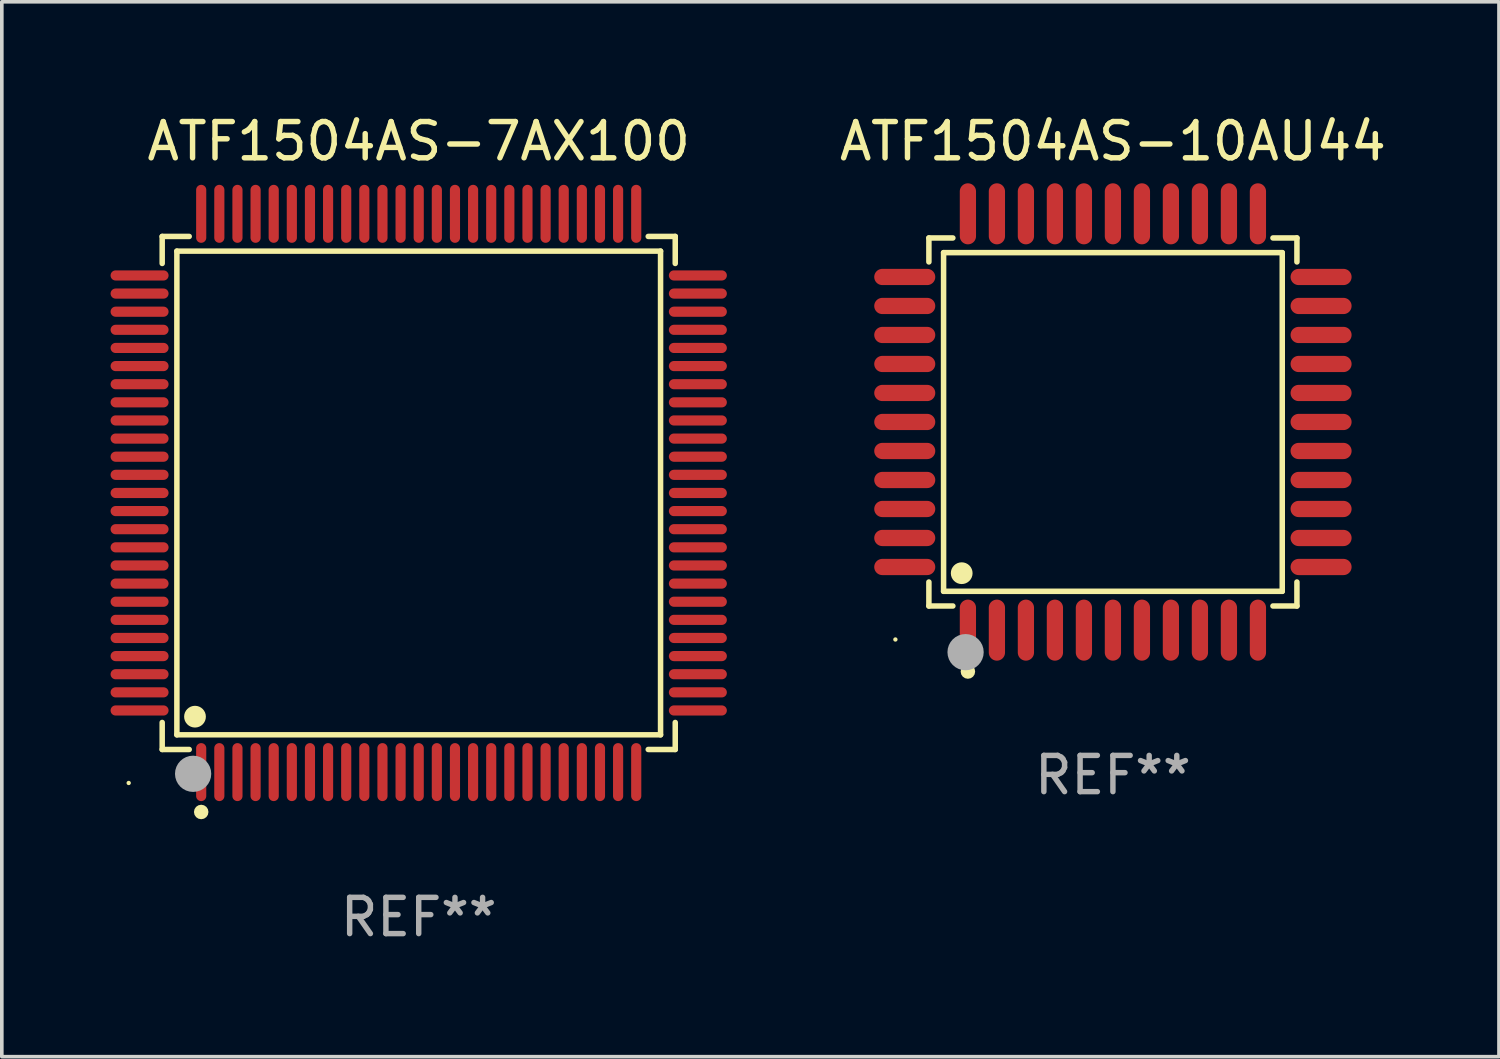
<source format=kicad_pcb>
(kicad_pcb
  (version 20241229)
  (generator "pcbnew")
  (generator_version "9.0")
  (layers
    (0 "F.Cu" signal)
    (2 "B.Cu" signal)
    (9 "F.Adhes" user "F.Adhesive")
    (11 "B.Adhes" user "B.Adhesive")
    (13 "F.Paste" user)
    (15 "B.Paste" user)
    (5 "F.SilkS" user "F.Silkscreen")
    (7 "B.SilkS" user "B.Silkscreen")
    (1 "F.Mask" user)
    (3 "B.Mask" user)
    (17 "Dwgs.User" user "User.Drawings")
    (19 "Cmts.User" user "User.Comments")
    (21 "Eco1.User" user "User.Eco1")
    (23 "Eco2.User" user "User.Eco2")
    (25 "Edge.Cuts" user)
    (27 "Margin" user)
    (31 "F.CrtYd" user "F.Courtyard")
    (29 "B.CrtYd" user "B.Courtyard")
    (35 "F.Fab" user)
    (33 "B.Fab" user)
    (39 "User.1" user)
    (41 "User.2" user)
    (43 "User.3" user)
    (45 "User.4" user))
  (footprint "ATF1504AS-7AX100"
    (layer "F.Cu")
    (at 8.5 10.548)
    (property "Reference" "ATF1504AS-7AX100" (at 0 -9.7 0) (layer "F.SilkS") (effects (font (size 1 1) (thickness 0.15))))
    (attr through_hole)
    (fp_line (start -7.076 -7.076) (end -6.331 -7.076) (stroke (width 0.152) (type solid)) (layer "F.SilkS"))
    (fp_line (start -7.076 -6.331) (end -7.076 -7.076) (stroke (width 0.152) (type solid)) (layer "F.SilkS"))
    (fp_line (start -7.076 6.331) (end -7.076 7.076) (stroke (width 0.152) (type solid)) (layer "F.SilkS"))
    (fp_line (start -7.076 7.076) (end -6.331 7.076) (stroke (width 0.152) (type solid)) (layer "F.SilkS"))
    (fp_line (start -6.671 -6.671) (end 6.671 -6.671) (stroke (width 0.152) (type solid)) (layer "F.SilkS"))
    (fp_line (start -6.671 6.671) (end -6.671 -6.671) (stroke (width 0.152) (type solid)) (layer "F.SilkS"))
    (fp_line (start 6.671 -6.671) (end 6.671 6.671) (stroke (width 0.152) (type solid)) (layer "F.SilkS"))
    (fp_line (start 6.671 6.671) (end -6.671 6.671) (stroke (width 0.152) (type solid)) (layer "F.SilkS"))
    (fp_line (start 7.076 -7.076) (end 6.331 -7.076) (stroke (width 0.152) (type solid)) (layer "F.SilkS"))
    (fp_line (start 7.076 -6.331) (end 7.076 -7.076) (stroke (width 0.152) (type solid)) (layer "F.SilkS"))
    (fp_line (start 7.076 6.331) (end 7.076 7.076) (stroke (width 0.152) (type solid)) (layer "F.SilkS"))
    (fp_line (start 7.076 7.076) (end 6.331 7.076) (stroke (width 0.152) (type solid)) (layer "F.SilkS"))
    (fp_circle (center -8 8) (end -7.97 8) (stroke (width 0.06) (type solid)) (fill no) (layer "F.SilkS"))
    (fp_circle (center -6.171 6.171) (end -6.021 6.171) (stroke (width 0.3) (type solid)) (fill no) (layer "F.SilkS"))
    (fp_circle (center -6 8.8) (end -5.9 8.8) (stroke (width 0.2) (type solid)) (fill no) (layer "F.SilkS"))
    (fp_circle (center -6.223 7.747) (end -5.973 7.747) (stroke (width 0.5) (type solid)) (fill no) (layer "F.Fab"))
    (fp_text user "REF**" (at 0 11.7 0) (layer "F.Fab") (effects (font (size 1 1) (thickness 0.15))))
    (pad "1" smd oval (at -6 7.7) (size 0.28 1.6) (layers "F.Cu" "F.Mask" "F.Paste"))
    (pad "2" smd oval (at -5.5 7.7) (size 0.28 1.6) (layers "F.Cu" "F.Mask" "F.Paste"))
    (pad "3" smd oval (at -5 7.7) (size 0.28 1.6) (layers "F.Cu" "F.Mask" "F.Paste"))
    (pad "4" smd oval (at -4.5 7.7) (size 0.28 1.6) (layers "F.Cu" "F.Mask" "F.Paste"))
    (pad "5" smd oval (at -4 7.7) (size 0.28 1.6) (layers "F.Cu" "F.Mask" "F.Paste"))
    (pad "6" smd oval (at -3.5 7.7) (size 0.28 1.6) (layers "F.Cu" "F.Mask" "F.Paste"))
    (pad "7" smd oval (at -3 7.7) (size 0.28 1.6) (layers "F.Cu" "F.Mask" "F.Paste"))
    (pad "8" smd oval (at -2.5 7.7) (size 0.28 1.6) (layers "F.Cu" "F.Mask" "F.Paste"))
    (pad "9" smd oval (at -2 7.7) (size 0.28 1.6) (layers "F.Cu" "F.Mask" "F.Paste"))
    (pad "10" smd oval (at -1.5 7.7) (size 0.28 1.6) (layers "F.Cu" "F.Mask" "F.Paste"))
    (pad "11" smd oval (at -1 7.7) (size 0.28 1.6) (layers "F.Cu" "F.Mask" "F.Paste"))
    (pad "12" smd oval (at -0.5 7.7) (size 0.28 1.6) (layers "F.Cu" "F.Mask" "F.Paste"))
    (pad "13" smd oval (at 0 7.7) (size 0.28 1.6) (layers "F.Cu" "F.Mask" "F.Paste"))
    (pad "14" smd oval (at 0.5 7.7) (size 0.28 1.6) (layers "F.Cu" "F.Mask" "F.Paste"))
    (pad "15" smd oval (at 1 7.7) (size 0.28 1.6) (layers "F.Cu" "F.Mask" "F.Paste"))
    (pad "16" smd oval (at 1.5 7.7) (size 0.28 1.6) (layers "F.Cu" "F.Mask" "F.Paste"))
    (pad "17" smd oval (at 2 7.7) (size 0.28 1.6) (layers "F.Cu" "F.Mask" "F.Paste"))
    (pad "18" smd oval (at 2.5 7.7) (size 0.28 1.6) (layers "F.Cu" "F.Mask" "F.Paste"))
    (pad "19" smd oval (at 3 7.7) (size 0.28 1.6) (layers "F.Cu" "F.Mask" "F.Paste"))
    (pad "20" smd oval (at 3.5 7.7) (size 0.28 1.6) (layers "F.Cu" "F.Mask" "F.Paste"))
    (pad "21" smd oval (at 4 7.7) (size 0.28 1.6) (layers "F.Cu" "F.Mask" "F.Paste"))
    (pad "22" smd oval (at 4.5 7.7) (size 0.28 1.6) (layers "F.Cu" "F.Mask" "F.Paste"))
    (pad "23" smd oval (at 5 7.7) (size 0.28 1.6) (layers "F.Cu" "F.Mask" "F.Paste"))
    (pad "24" smd oval (at 5.5 7.7) (size 0.28 1.6) (layers "F.Cu" "F.Mask" "F.Paste"))
    (pad "25" smd oval (at 6 7.7) (size 0.28 1.6) (layers "F.Cu" "F.Mask" "F.Paste"))
    (pad "26" smd oval (at 7.7 6) (size 1.6 0.28) (layers "F.Cu" "F.Mask" "F.Paste"))
    (pad "27" smd oval (at 7.7 5.5) (size 1.6 0.28) (layers "F.Cu" "F.Mask" "F.Paste"))
    (pad "28" smd oval (at 7.7 5) (size 1.6 0.28) (layers "F.Cu" "F.Mask" "F.Paste"))
    (pad "29" smd oval (at 7.7 4.5) (size 1.6 0.28) (layers "F.Cu" "F.Mask" "F.Paste"))
    (pad "30" smd oval (at 7.7 4) (size 1.6 0.28) (layers "F.Cu" "F.Mask" "F.Paste"))
    (pad "31" smd oval (at 7.7 3.5) (size 1.6 0.28) (layers "F.Cu" "F.Mask" "F.Paste"))
    (pad "32" smd oval (at 7.7 3) (size 1.6 0.28) (layers "F.Cu" "F.Mask" "F.Paste"))
    (pad "33" smd oval (at 7.7 2.5) (size 1.6 0.28) (layers "F.Cu" "F.Mask" "F.Paste"))
    (pad "34" smd oval (at 7.7 2) (size 1.6 0.28) (layers "F.Cu" "F.Mask" "F.Paste"))
    (pad "35" smd oval (at 7.7 1.5) (size 1.6 0.28) (layers "F.Cu" "F.Mask" "F.Paste"))
    (pad "36" smd oval (at 7.7 1) (size 1.6 0.28) (layers "F.Cu" "F.Mask" "F.Paste"))
    (pad "37" smd oval (at 7.7 0.5) (size 1.6 0.28) (layers "F.Cu" "F.Mask" "F.Paste"))
    (pad "38" smd oval (at 7.7 0) (size 1.6 0.28) (layers "F.Cu" "F.Mask" "F.Paste"))
    (pad "39" smd oval (at 7.7 -0.5) (size 1.6 0.28) (layers "F.Cu" "F.Mask" "F.Paste"))
    (pad "40" smd oval (at 7.7 -1) (size 1.6 0.28) (layers "F.Cu" "F.Mask" "F.Paste"))
    (pad "41" smd oval (at 7.7 -1.5) (size 1.6 0.28) (layers "F.Cu" "F.Mask" "F.Paste"))
    (pad "42" smd oval (at 7.7 -2) (size 1.6 0.28) (layers "F.Cu" "F.Mask" "F.Paste"))
    (pad "43" smd oval (at 7.7 -2.5) (size 1.6 0.28) (layers "F.Cu" "F.Mask" "F.Paste"))
    (pad "44" smd oval (at 7.7 -3) (size 1.6 0.28) (layers "F.Cu" "F.Mask" "F.Paste"))
    (pad "45" smd oval (at 7.7 -3.5) (size 1.6 0.28) (layers "F.Cu" "F.Mask" "F.Paste"))
    (pad "46" smd oval (at 7.7 -4) (size 1.6 0.28) (layers "F.Cu" "F.Mask" "F.Paste"))
    (pad "47" smd oval (at 7.7 -4.5) (size 1.6 0.28) (layers "F.Cu" "F.Mask" "F.Paste"))
    (pad "48" smd oval (at 7.7 -5) (size 1.6 0.28) (layers "F.Cu" "F.Mask" "F.Paste"))
    (pad "49" smd oval (at 7.7 -5.5) (size 1.6 0.28) (layers "F.Cu" "F.Mask" "F.Paste"))
    (pad "50" smd oval (at 7.7 -6) (size 1.6 0.28) (layers "F.Cu" "F.Mask" "F.Paste"))
    (pad "51" smd oval (at 6 -7.7) (size 0.28 1.6) (layers "F.Cu" "F.Mask" "F.Paste"))
    (pad "52" smd oval (at 5.5 -7.7) (size 0.28 1.6) (layers "F.Cu" "F.Mask" "F.Paste"))
    (pad "53" smd oval (at 5 -7.7) (size 0.28 1.6) (layers "F.Cu" "F.Mask" "F.Paste"))
    (pad "54" smd oval (at 4.5 -7.7) (size 0.28 1.6) (layers "F.Cu" "F.Mask" "F.Paste"))
    (pad "55" smd oval (at 4 -7.7) (size 0.28 1.6) (layers "F.Cu" "F.Mask" "F.Paste"))
    (pad "56" smd oval (at 3.5 -7.7) (size 0.28 1.6) (layers "F.Cu" "F.Mask" "F.Paste"))
    (pad "57" smd oval (at 3 -7.7) (size 0.28 1.6) (layers "F.Cu" "F.Mask" "F.Paste"))
    (pad "58" smd oval (at 2.5 -7.7) (size 0.28 1.6) (layers "F.Cu" "F.Mask" "F.Paste"))
    (pad "59" smd oval (at 2 -7.7) (size 0.28 1.6) (layers "F.Cu" "F.Mask" "F.Paste"))
    (pad "60" smd oval (at 1.5 -7.7) (size 0.28 1.6) (layers "F.Cu" "F.Mask" "F.Paste"))
    (pad "61" smd oval (at 1 -7.7) (size 0.28 1.6) (layers "F.Cu" "F.Mask" "F.Paste"))
    (pad "62" smd oval (at 0.5 -7.7) (size 0.28 1.6) (layers "F.Cu" "F.Mask" "F.Paste"))
    (pad "63" smd oval (at 0 -7.7) (size 0.28 1.6) (layers "F.Cu" "F.Mask" "F.Paste"))
    (pad "64" smd oval (at -0.5 -7.7) (size 0.28 1.6) (layers "F.Cu" "F.Mask" "F.Paste"))
    (pad "65" smd oval (at -1 -7.7) (size 0.28 1.6) (layers "F.Cu" "F.Mask" "F.Paste"))
    (pad "66" smd oval (at -1.5 -7.7) (size 0.28 1.6) (layers "F.Cu" "F.Mask" "F.Paste"))
    (pad "67" smd oval (at -2 -7.7) (size 0.28 1.6) (layers "F.Cu" "F.Mask" "F.Paste"))
    (pad "68" smd oval (at -2.5 -7.7) (size 0.28 1.6) (layers "F.Cu" "F.Mask" "F.Paste"))
    (pad "69" smd oval (at -3 -7.7) (size 0.28 1.6) (layers "F.Cu" "F.Mask" "F.Paste"))
    (pad "70" smd oval (at -3.5 -7.7) (size 0.28 1.6) (layers "F.Cu" "F.Mask" "F.Paste"))
    (pad "71" smd oval (at -4 -7.7) (size 0.28 1.6) (layers "F.Cu" "F.Mask" "F.Paste"))
    (pad "72" smd oval (at -4.5 -7.7) (size 0.28 1.6) (layers "F.Cu" "F.Mask" "F.Paste"))
    (pad "73" smd oval (at -5 -7.7) (size 0.28 1.6) (layers "F.Cu" "F.Mask" "F.Paste"))
    (pad "74" smd oval (at -5.5 -7.7) (size 0.28 1.6) (layers "F.Cu" "F.Mask" "F.Paste"))
    (pad "75" smd oval (at -6 -7.7) (size 0.28 1.6) (layers "F.Cu" "F.Mask" "F.Paste"))
    (pad "76" smd oval (at -7.7 -6) (size 1.6 0.28) (layers "F.Cu" "F.Mask" "F.Paste"))
    (pad "77" smd oval (at -7.7 -5.5) (size 1.6 0.28) (layers "F.Cu" "F.Mask" "F.Paste"))
    (pad "78" smd oval (at -7.7 -5) (size 1.6 0.28) (layers "F.Cu" "F.Mask" "F.Paste"))
    (pad "79" smd oval (at -7.7 -4.5) (size 1.6 0.28) (layers "F.Cu" "F.Mask" "F.Paste"))
    (pad "80" smd oval (at -7.7 -4) (size 1.6 0.28) (layers "F.Cu" "F.Mask" "F.Paste"))
    (pad "81" smd oval (at -7.7 -3.5) (size 1.6 0.28) (layers "F.Cu" "F.Mask" "F.Paste"))
    (pad "82" smd oval (at -7.7 -3) (size 1.6 0.28) (layers "F.Cu" "F.Mask" "F.Paste"))
    (pad "83" smd oval (at -7.7 -2.5) (size 1.6 0.28) (layers "F.Cu" "F.Mask" "F.Paste"))
    (pad "84" smd oval (at -7.7 -2) (size 1.6 0.28) (layers "F.Cu" "F.Mask" "F.Paste"))
    (pad "85" smd oval (at -7.7 -1.5) (size 1.6 0.28) (layers "F.Cu" "F.Mask" "F.Paste"))
    (pad "86" smd oval (at -7.7 -1) (size 1.6 0.28) (layers "F.Cu" "F.Mask" "F.Paste"))
    (pad "87" smd oval (at -7.7 -0.5) (size 1.6 0.28) (layers "F.Cu" "F.Mask" "F.Paste"))
    (pad "88" smd oval (at -7.7 0) (size 1.6 0.28) (layers "F.Cu" "F.Mask" "F.Paste"))
    (pad "89" smd oval (at -7.7 0.5) (size 1.6 0.28) (layers "F.Cu" "F.Mask" "F.Paste"))
    (pad "90" smd oval (at -7.7 1) (size 1.6 0.28) (layers "F.Cu" "F.Mask" "F.Paste"))
    (pad "91" smd oval (at -7.7 1.5) (size 1.6 0.28) (layers "F.Cu" "F.Mask" "F.Paste"))
    (pad "92" smd oval (at -7.7 2) (size 1.6 0.28) (layers "F.Cu" "F.Mask" "F.Paste"))
    (pad "93" smd oval (at -7.7 2.5) (size 1.6 0.28) (layers "F.Cu" "F.Mask" "F.Paste"))
    (pad "94" smd oval (at -7.7 3) (size 1.6 0.28) (layers "F.Cu" "F.Mask" "F.Paste"))
    (pad "95" smd oval (at -7.7 3.5) (size 1.6 0.28) (layers "F.Cu" "F.Mask" "F.Paste"))
    (pad "96" smd oval (at -7.7 4) (size 1.6 0.28) (layers "F.Cu" "F.Mask" "F.Paste"))
    (pad "97" smd oval (at -7.7 4.5) (size 1.6 0.28) (layers "F.Cu" "F.Mask" "F.Paste"))
    (pad "98" smd oval (at -7.7 5) (size 1.6 0.28) (layers "F.Cu" "F.Mask" "F.Paste"))
    (pad "99" smd oval (at -7.7 5.5) (size 1.6 0.28) (layers "F.Cu" "F.Mask" "F.Paste"))
    (pad "100" smd oval (at -7.7 6) (size 1.6 0.28) (layers "F.Cu" "F.Mask" "F.Paste")))
  (footprint "ATF1504AS-10AU44"
    (layer "F.Cu")
    (at 27.649 8.59)
    (property "Reference" "ATF1504AS-10AU44" (at 0 -7.742 0) (layer "F.SilkS") (effects (font (size 1 1) (thickness 0.15))))
    (attr through_hole)
    (fp_line (start -5.076 -5.076) (end -4.415 -5.076) (stroke (width 0.152) (type solid)) (layer "F.SilkS"))
    (fp_line (start -5.076 -4.415) (end -5.076 -5.076) (stroke (width 0.152) (type solid)) (layer "F.SilkS"))
    (fp_line (start -5.076 4.415) (end -5.076 5.076) (stroke (width 0.152) (type solid)) (layer "F.SilkS"))
    (fp_line (start -5.076 5.076) (end -4.415 5.076) (stroke (width 0.152) (type solid)) (layer "F.SilkS"))
    (fp_line (start -4.671 -4.671) (end 4.671 -4.671) (stroke (width 0.152) (type solid)) (layer "F.SilkS"))
    (fp_line (start -4.671 4.671) (end -4.671 -4.671) (stroke (width 0.152) (type solid)) (layer "F.SilkS"))
    (fp_line (start 4.671 -4.671) (end 4.671 4.671) (stroke (width 0.152) (type solid)) (layer "F.SilkS"))
    (fp_line (start 4.671 4.671) (end -4.671 4.671) (stroke (width 0.152) (type solid)) (layer "F.SilkS"))
    (fp_line (start 5.076 -5.076) (end 4.415 -5.076) (stroke (width 0.152) (type solid)) (layer "F.SilkS"))
    (fp_line (start 5.076 -4.415) (end 5.076 -5.076) (stroke (width 0.152) (type solid)) (layer "F.SilkS"))
    (fp_line (start 5.076 4.415) (end 5.076 5.076) (stroke (width 0.152) (type solid)) (layer "F.SilkS"))
    (fp_line (start 5.076 5.076) (end 4.415 5.076) (stroke (width 0.152) (type solid)) (layer "F.SilkS"))
    (fp_circle (center -6 6) (end -5.97 6) (stroke (width 0.06) (type solid)) (fill no) (layer "F.SilkS"))
    (fp_circle (center -4.171 4.171) (end -4.021 4.171) (stroke (width 0.3) (type solid)) (fill no) (layer "F.SilkS"))
    (fp_circle (center -4 6.884) (end -3.9 6.884) (stroke (width 0.2) (type solid)) (fill no) (layer "F.SilkS"))
    (fp_circle (center -4.064 6.35) (end -3.814 6.35) (stroke (width 0.5) (type solid)) (fill no) (layer "F.Fab"))
    (fp_text user "REF**" (at 0 9.742 0) (layer "F.Fab") (effects (font (size 1 1) (thickness 0.15))))
    (pad "1" smd oval (at -4 5.742) (size 0.448 1.684) (layers "F.Cu" "F.Mask" "F.Paste"))
    (pad "2" smd oval (at -3.2 5.742) (size 0.448 1.684) (layers "F.Cu" "F.Mask" "F.Paste"))
    (pad "3" smd oval (at -2.4 5.742) (size 0.448 1.684) (layers "F.Cu" "F.Mask" "F.Paste"))
    (pad "4" smd oval (at -1.6 5.742) (size 0.448 1.684) (layers "F.Cu" "F.Mask" "F.Paste"))
    (pad "5" smd oval (at -0.8 5.742) (size 0.448 1.684) (layers "F.Cu" "F.Mask" "F.Paste"))
    (pad "6" smd oval (at 0 5.742) (size 0.448 1.684) (layers "F.Cu" "F.Mask" "F.Paste"))
    (pad "7" smd oval (at 0.8 5.742) (size 0.448 1.684) (layers "F.Cu" "F.Mask" "F.Paste"))
    (pad "8" smd oval (at 1.6 5.742) (size 0.448 1.684) (layers "F.Cu" "F.Mask" "F.Paste"))
    (pad "9" smd oval (at 2.4 5.742) (size 0.448 1.684) (layers "F.Cu" "F.Mask" "F.Paste"))
    (pad "10" smd oval (at 3.2 5.742) (size 0.448 1.684) (layers "F.Cu" "F.Mask" "F.Paste"))
    (pad "11" smd oval (at 4 5.742) (size 0.448 1.684) (layers "F.Cu" "F.Mask" "F.Paste"))
    (pad "12" smd oval (at 5.742 4) (size 1.684 0.448) (layers "F.Cu" "F.Mask" "F.Paste"))
    (pad "13" smd oval (at 5.742 3.2) (size 1.684 0.448) (layers "F.Cu" "F.Mask" "F.Paste"))
    (pad "14" smd oval (at 5.742 2.4) (size 1.684 0.448) (layers "F.Cu" "F.Mask" "F.Paste"))
    (pad "15" smd oval (at 5.742 1.6) (size 1.684 0.448) (layers "F.Cu" "F.Mask" "F.Paste"))
    (pad "16" smd oval (at 5.742 0.8) (size 1.684 0.448) (layers "F.Cu" "F.Mask" "F.Paste"))
    (pad "17" smd oval (at 5.742 0) (size 1.684 0.448) (layers "F.Cu" "F.Mask" "F.Paste"))
    (pad "18" smd oval (at 5.742 -0.8) (size 1.684 0.448) (layers "F.Cu" "F.Mask" "F.Paste"))
    (pad "19" smd oval (at 5.742 -1.6) (size 1.684 0.448) (layers "F.Cu" "F.Mask" "F.Paste"))
    (pad "20" smd oval (at 5.742 -2.4) (size 1.684 0.448) (layers "F.Cu" "F.Mask" "F.Paste"))
    (pad "21" smd oval (at 5.742 -3.2) (size 1.684 0.448) (layers "F.Cu" "F.Mask" "F.Paste"))
    (pad "22" smd oval (at 5.742 -4) (size 1.684 0.448) (layers "F.Cu" "F.Mask" "F.Paste"))
    (pad "23" smd oval (at 4 -5.742) (size 0.448 1.684) (layers "F.Cu" "F.Mask" "F.Paste"))
    (pad "24" smd oval (at 3.2 -5.742) (size 0.448 1.684) (layers "F.Cu" "F.Mask" "F.Paste"))
    (pad "25" smd oval (at 2.4 -5.742) (size 0.448 1.684) (layers "F.Cu" "F.Mask" "F.Paste"))
    (pad "26" smd oval (at 1.6 -5.742) (size 0.448 1.684) (layers "F.Cu" "F.Mask" "F.Paste"))
    (pad "27" smd oval (at 0.8 -5.742) (size 0.448 1.684) (layers "F.Cu" "F.Mask" "F.Paste"))
    (pad "28" smd oval (at 0 -5.742) (size 0.448 1.684) (layers "F.Cu" "F.Mask" "F.Paste"))
    (pad "29" smd oval (at -0.8 -5.742) (size 0.448 1.684) (layers "F.Cu" "F.Mask" "F.Paste"))
    (pad "30" smd oval (at -1.6 -5.742) (size 0.448 1.684) (layers "F.Cu" "F.Mask" "F.Paste"))
    (pad "31" smd oval (at -2.4 -5.742) (size 0.448 1.684) (layers "F.Cu" "F.Mask" "F.Paste"))
    (pad "32" smd oval (at -3.2 -5.742) (size 0.448 1.684) (layers "F.Cu" "F.Mask" "F.Paste"))
    (pad "33" smd oval (at -4 -5.742) (size 0.448 1.684) (layers "F.Cu" "F.Mask" "F.Paste"))
    (pad "34" smd oval (at -5.742 -4) (size 1.684 0.448) (layers "F.Cu" "F.Mask" "F.Paste"))
    (pad "35" smd oval (at -5.742 -3.2) (size 1.684 0.448) (layers "F.Cu" "F.Mask" "F.Paste"))
    (pad "36" smd oval (at -5.742 -2.4) (size 1.684 0.448) (layers "F.Cu" "F.Mask" "F.Paste"))
    (pad "37" smd oval (at -5.742 -1.6) (size 1.684 0.448) (layers "F.Cu" "F.Mask" "F.Paste"))
    (pad "38" smd oval (at -5.742 -0.8) (size 1.684 0.448) (layers "F.Cu" "F.Mask" "F.Paste"))
    (pad "39" smd oval (at -5.742 0) (size 1.684 0.448) (layers "F.Cu" "F.Mask" "F.Paste"))
    (pad "40" smd oval (at -5.742 0.8) (size 1.684 0.448) (layers "F.Cu" "F.Mask" "F.Paste"))
    (pad "41" smd oval (at -5.742 1.6) (size 1.684 0.448) (layers "F.Cu" "F.Mask" "F.Paste"))
    (pad "42" smd oval (at -5.742 2.4) (size 1.684 0.448) (layers "F.Cu" "F.Mask" "F.Paste"))
    (pad "43" smd oval (at -5.742 3.2) (size 1.684 0.448) (layers "F.Cu" "F.Mask" "F.Paste"))
    (pad "44" smd oval (at -5.742 4) (size 1.684 0.448) (layers "F.Cu" "F.Mask" "F.Paste")))
  (gr_rect
    (start -3 -3)
    (end 38.298 26.097)
    (stroke (width 0.1) (type default))
    (fill no)
    (layer "Edge.Cuts")))
</source>
